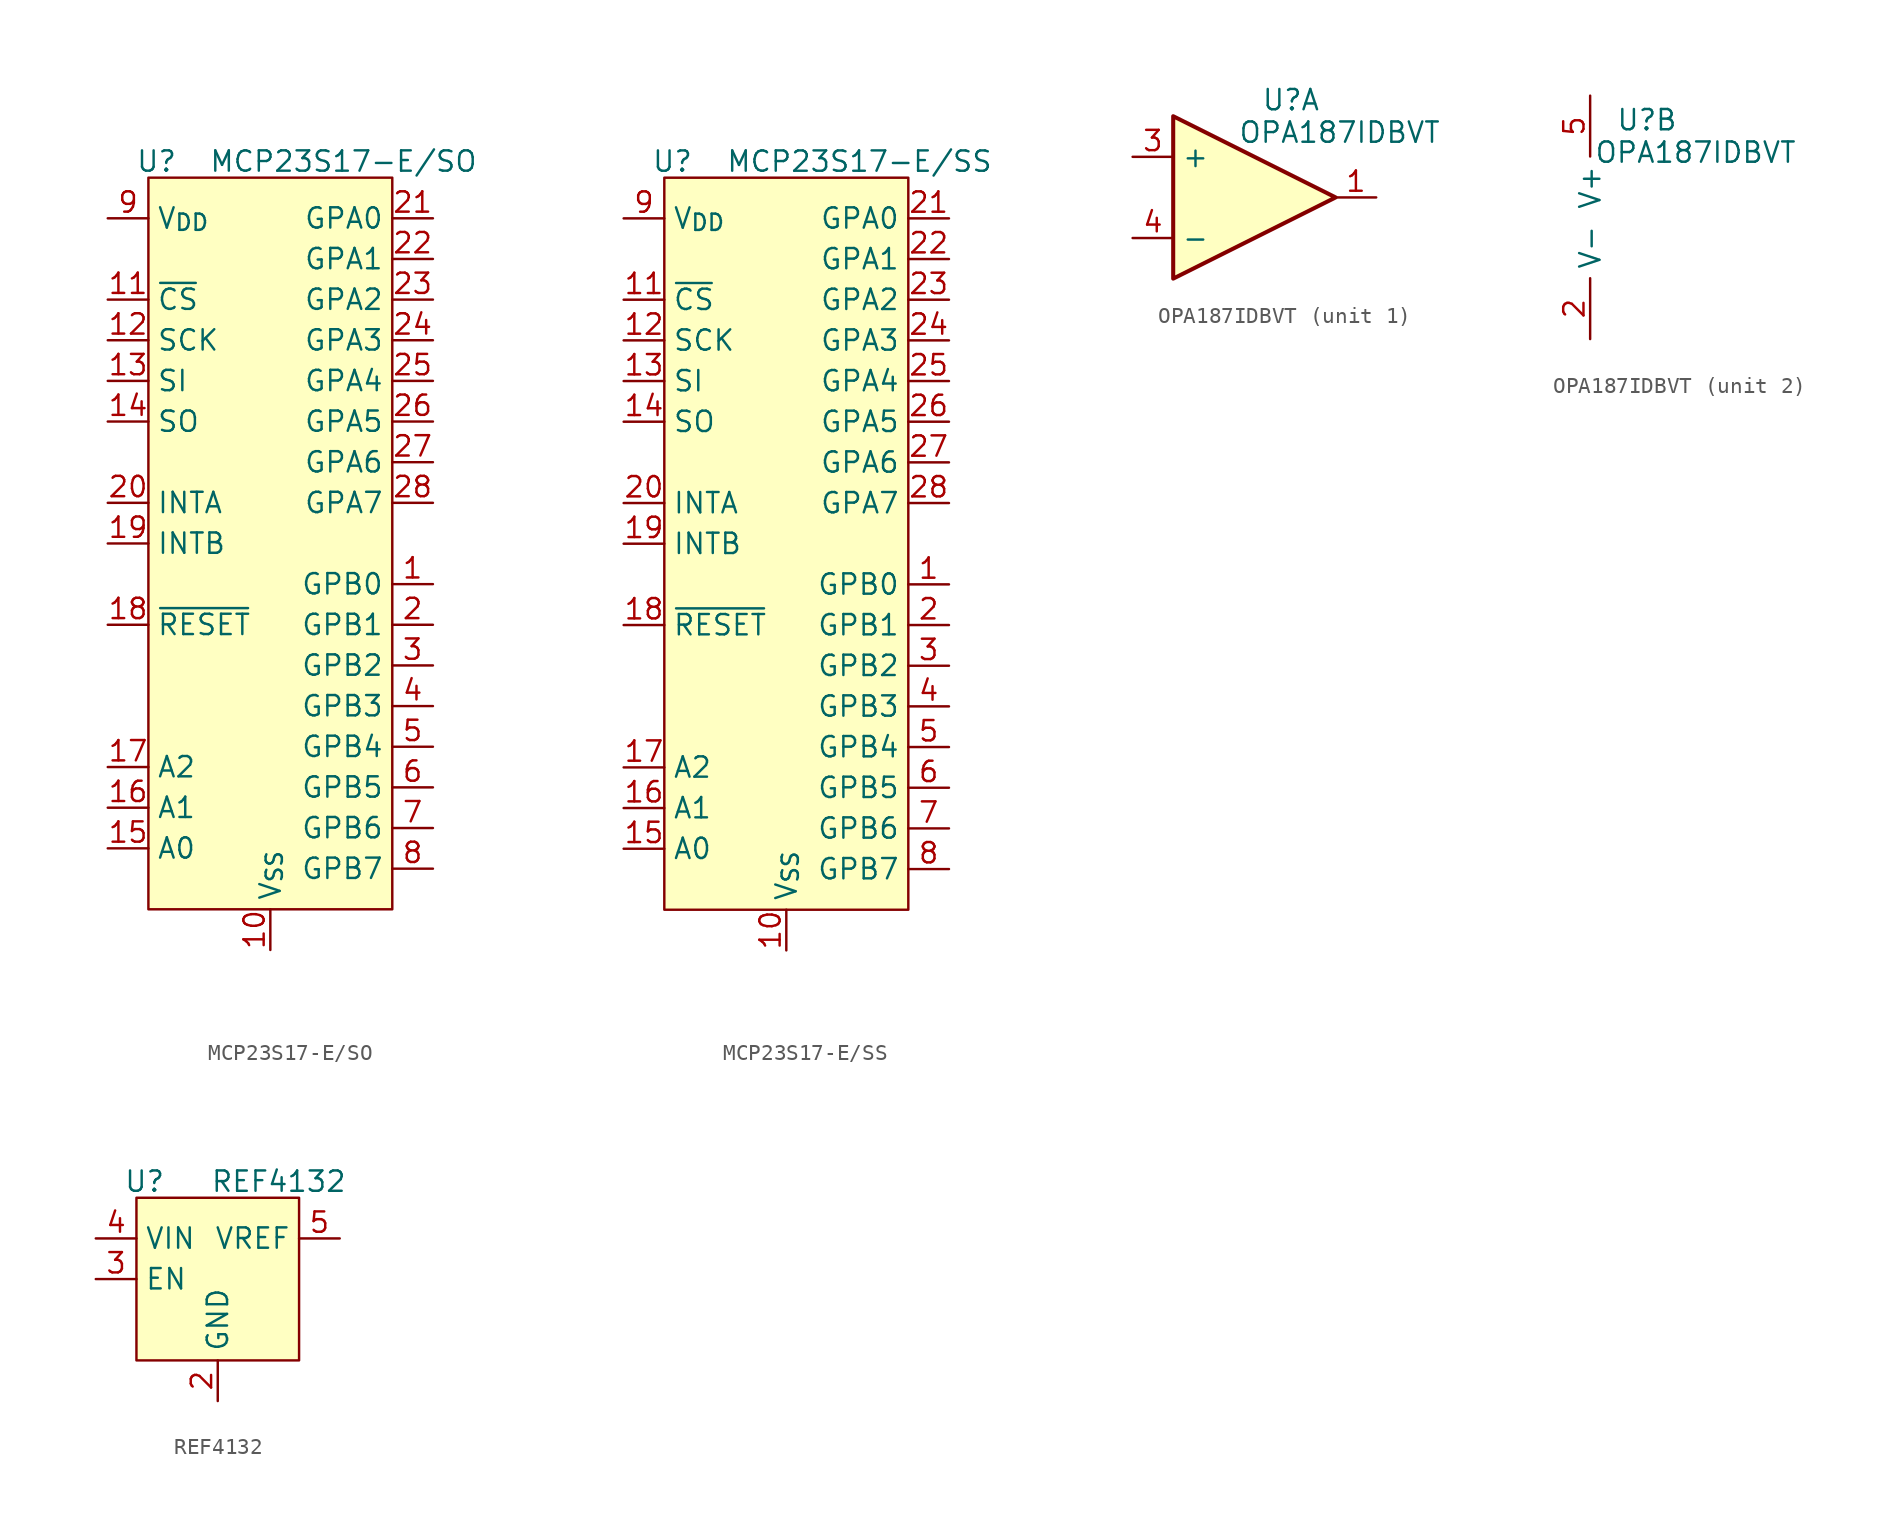
<source format=kicad_sym>
(kicad_symbol_lib
  (version 20231120)
  (generator "kicad_symbol_editor")
  (generator_version "8.0")
  (symbol "MCP23S17-E/SO"
    (property "Reference" "U"
      (at -7.112 23.876 0)
      (effects (font (size 1.27 1.27))))
    (property "Value" "MCP23S17-E/SO"
      (at 4.572 23.876 0)
      (effects (font (size 1.27 1.27))))
    (symbol "MCP23S17-E/SO_1_1"
      (rectangle (start -7.62 22.86) (end 7.62 -22.86) (stroke (width 0) (type default)) (fill (type background)))
      (pin input line (at 10.16 -2.54 180) (length 2.54) (name "GPB0" (effects (font (size 1.27 1.27)))) (number "1" (effects (font (size 1.27 1.27)))))
      (pin input line (at 0 -25.4 90) (length 2.54) (name "V_{SS}" (effects (font (size 1.27 1.27)))) (number "10" (effects (font (size 1.27 1.27)))))
      (pin input line (at -10.16 15.24 0) (length 2.54) (name "~{CS}" (effects (font (size 1.27 1.27)))) (number "11" (effects (font (size 1.27 1.27)))))
      (pin input line (at -10.16 12.7 0) (length 2.54) (name "SCK" (effects (font (size 1.27 1.27)))) (number "12" (effects (font (size 1.27 1.27)))))
      (pin input line (at -10.16 10.16 0) (length 2.54) (name "SI" (effects (font (size 1.27 1.27)))) (number "13" (effects (font (size 1.27 1.27)))))
      (pin input line (at -10.16 7.62 0) (length 2.54) (name "SO" (effects (font (size 1.27 1.27)))) (number "14" (effects (font (size 1.27 1.27)))))
      (pin input line (at -10.16 -19.05 0) (length 2.54) (name "A0" (effects (font (size 1.27 1.27)))) (number "15" (effects (font (size 1.27 1.27)))))
      (pin input line (at -10.16 -16.51 0) (length 2.54) (name "A1" (effects (font (size 1.27 1.27)))) (number "16" (effects (font (size 1.27 1.27)))))
      (pin input line (at -10.16 -13.97 0) (length 2.54) (name "A2" (effects (font (size 1.27 1.27)))) (number "17" (effects (font (size 1.27 1.27)))))
      (pin input line (at -10.16 -5.08 0) (length 2.54) (name "~{RESET}" (effects (font (size 1.27 1.27)))) (number "18" (effects (font (size 1.27 1.27)))))
      (pin input line (at -10.16 0 0) (length 2.54) (name "INTB" (effects (font (size 1.27 1.27)))) (number "19" (effects (font (size 1.27 1.27)))))
      (pin input line (at 10.16 -5.08 180) (length 2.54) (name "GPB1" (effects (font (size 1.27 1.27)))) (number "2" (effects (font (size 1.27 1.27)))))
      (pin input line (at -10.16 2.54 0) (length 2.54) (name "INTA" (effects (font (size 1.27 1.27)))) (number "20" (effects (font (size 1.27 1.27)))))
      (pin input line (at 10.16 20.32 180) (length 2.54) (name "GPA0" (effects (font (size 1.27 1.27)))) (number "21" (effects (font (size 1.27 1.27)))))
      (pin input line (at 10.16 17.78 180) (length 2.54) (name "GPA1" (effects (font (size 1.27 1.27)))) (number "22" (effects (font (size 1.27 1.27)))))
      (pin input line (at 10.16 15.24 180) (length 2.54) (name "GPA2" (effects (font (size 1.27 1.27)))) (number "23" (effects (font (size 1.27 1.27)))))
      (pin input line (at 10.16 12.7 180) (length 2.54) (name "GPA3" (effects (font (size 1.27 1.27)))) (number "24" (effects (font (size 1.27 1.27)))))
      (pin input line (at 10.16 10.16 180) (length 2.54) (name "GPA4" (effects (font (size 1.27 1.27)))) (number "25" (effects (font (size 1.27 1.27)))))
      (pin input line (at 10.16 7.62 180) (length 2.54) (name "GPA5" (effects (font (size 1.27 1.27)))) (number "26" (effects (font (size 1.27 1.27)))))
      (pin input line (at 10.16 5.08 180) (length 2.54) (name "GPA6" (effects (font (size 1.27 1.27)))) (number "27" (effects (font (size 1.27 1.27)))))
      (pin input line (at 10.16 2.54 180) (length 2.54) (name "GPA7" (effects (font (size 1.27 1.27)))) (number "28" (effects (font (size 1.27 1.27)))))
      (pin input line (at 10.16 -7.62 180) (length 2.54) (name "GPB2" (effects (font (size 1.27 1.27)))) (number "3" (effects (font (size 1.27 1.27)))))
      (pin input line (at 10.16 -10.16 180) (length 2.54) (name "GPB3" (effects (font (size 1.27 1.27)))) (number "4" (effects (font (size 1.27 1.27)))))
      (pin input line (at 10.16 -12.7 180) (length 2.54) (name "GPB4" (effects (font (size 1.27 1.27)))) (number "5" (effects (font (size 1.27 1.27)))))
      (pin input line (at 10.16 -15.24 180) (length 2.54) (name "GPB5" (effects (font (size 1.27 1.27)))) (number "6" (effects (font (size 1.27 1.27)))))
      (pin input line (at 10.16 -17.78 180) (length 2.54) (name "GPB6" (effects (font (size 1.27 1.27)))) (number "7" (effects (font (size 1.27 1.27)))))
      (pin input line (at 10.16 -20.32 180) (length 2.54) (name "GPB7" (effects (font (size 1.27 1.27)))) (number "8" (effects (font (size 1.27 1.27)))))
      (pin input line (at -10.16 20.32 0) (length 2.54) (name "V_{DD}" (effects (font (size 1.27 1.27)))) (number "9" (effects (font (size 1.27 1.27)))))))
  (symbol "MCP23S17-E/SS"
    (property "Reference" "U"
      (at -7.112 23.876 0)
      (effects (font (size 1.27 1.27))))
    (property "Value" "MCP23S17-E/SS"
      (at 4.572 23.876 0)
      (effects (font (size 1.27 1.27))))
    (symbol "MCP23S17-E/SS_1_1"
      (rectangle (start -7.62 22.86) (end 7.62 -22.86) (stroke (width 0) (type default)) (fill (type background)))
      (pin input line (at 10.16 -2.54 180) (length 2.54) (name "GPB0" (effects (font (size 1.27 1.27)))) (number "1" (effects (font (size 1.27 1.27)))))
      (pin input line (at 0 -25.4 90) (length 2.54) (name "V_{SS}" (effects (font (size 1.27 1.27)))) (number "10" (effects (font (size 1.27 1.27)))))
      (pin input line (at -10.16 15.24 0) (length 2.54) (name "~{CS}" (effects (font (size 1.27 1.27)))) (number "11" (effects (font (size 1.27 1.27)))))
      (pin input line (at -10.16 12.7 0) (length 2.54) (name "SCK" (effects (font (size 1.27 1.27)))) (number "12" (effects (font (size 1.27 1.27)))))
      (pin input line (at -10.16 10.16 0) (length 2.54) (name "SI" (effects (font (size 1.27 1.27)))) (number "13" (effects (font (size 1.27 1.27)))))
      (pin input line (at -10.16 7.62 0) (length 2.54) (name "SO" (effects (font (size 1.27 1.27)))) (number "14" (effects (font (size 1.27 1.27)))))
      (pin input line (at -10.16 -19.05 0) (length 2.54) (name "A0" (effects (font (size 1.27 1.27)))) (number "15" (effects (font (size 1.27 1.27)))))
      (pin input line (at -10.16 -16.51 0) (length 2.54) (name "A1" (effects (font (size 1.27 1.27)))) (number "16" (effects (font (size 1.27 1.27)))))
      (pin input line (at -10.16 -13.97 0) (length 2.54) (name "A2" (effects (font (size 1.27 1.27)))) (number "17" (effects (font (size 1.27 1.27)))))
      (pin input line (at -10.16 -5.08 0) (length 2.54) (name "~{RESET}" (effects (font (size 1.27 1.27)))) (number "18" (effects (font (size 1.27 1.27)))))
      (pin input line (at -10.16 0 0) (length 2.54) (name "INTB" (effects (font (size 1.27 1.27)))) (number "19" (effects (font (size 1.27 1.27)))))
      (pin input line (at 10.16 -5.08 180) (length 2.54) (name "GPB1" (effects (font (size 1.27 1.27)))) (number "2" (effects (font (size 1.27 1.27)))))
      (pin input line (at -10.16 2.54 0) (length 2.54) (name "INTA" (effects (font (size 1.27 1.27)))) (number "20" (effects (font (size 1.27 1.27)))))
      (pin input line (at 10.16 20.32 180) (length 2.54) (name "GPA0" (effects (font (size 1.27 1.27)))) (number "21" (effects (font (size 1.27 1.27)))))
      (pin input line (at 10.16 17.78 180) (length 2.54) (name "GPA1" (effects (font (size 1.27 1.27)))) (number "22" (effects (font (size 1.27 1.27)))))
      (pin input line (at 10.16 15.24 180) (length 2.54) (name "GPA2" (effects (font (size 1.27 1.27)))) (number "23" (effects (font (size 1.27 1.27)))))
      (pin input line (at 10.16 12.7 180) (length 2.54) (name "GPA3" (effects (font (size 1.27 1.27)))) (number "24" (effects (font (size 1.27 1.27)))))
      (pin input line (at 10.16 10.16 180) (length 2.54) (name "GPA4" (effects (font (size 1.27 1.27)))) (number "25" (effects (font (size 1.27 1.27)))))
      (pin input line (at 10.16 7.62 180) (length 2.54) (name "GPA5" (effects (font (size 1.27 1.27)))) (number "26" (effects (font (size 1.27 1.27)))))
      (pin input line (at 10.16 5.08 180) (length 2.54) (name "GPA6" (effects (font (size 1.27 1.27)))) (number "27" (effects (font (size 1.27 1.27)))))
      (pin input line (at 10.16 2.54 180) (length 2.54) (name "GPA7" (effects (font (size 1.27 1.27)))) (number "28" (effects (font (size 1.27 1.27)))))
      (pin input line (at 10.16 -7.62 180) (length 2.54) (name "GPB2" (effects (font (size 1.27 1.27)))) (number "3" (effects (font (size 1.27 1.27)))))
      (pin input line (at 10.16 -10.16 180) (length 2.54) (name "GPB3" (effects (font (size 1.27 1.27)))) (number "4" (effects (font (size 1.27 1.27)))))
      (pin input line (at 10.16 -12.7 180) (length 2.54) (name "GPB4" (effects (font (size 1.27 1.27)))) (number "5" (effects (font (size 1.27 1.27)))))
      (pin input line (at 10.16 -15.24 180) (length 2.54) (name "GPB5" (effects (font (size 1.27 1.27)))) (number "6" (effects (font (size 1.27 1.27)))))
      (pin input line (at 10.16 -17.78 180) (length 2.54) (name "GPB6" (effects (font (size 1.27 1.27)))) (number "7" (effects (font (size 1.27 1.27)))))
      (pin input line (at 10.16 -20.32 180) (length 2.54) (name "GPB7" (effects (font (size 1.27 1.27)))) (number "8" (effects (font (size 1.27 1.27)))))
      (pin input line (at -10.16 20.32 0) (length 2.54) (name "V_{DD}" (effects (font (size 1.27 1.27)))) (number "9" (effects (font (size 1.27 1.27)))))))
  (symbol "OPA187IDBVT"
    (property "Reference" "U"
      (at 3.556 6.096 0)
      (effects (font (size 1.27 1.27))))
    (property "Value" "OPA187IDBVT"
      (at 6.604 4.064 0)
      (effects (font (size 1.27 1.27))))
    (symbol "OPA187IDBVT_1_1"
      (polyline (pts (xy -3.81 5.08) (xy 6.35 0) (xy -3.81 -5.08) (xy -3.81 5.08)) (stroke (width 0.254) (type default)) (fill (type background)))
      (pin output line (at 8.89 0 180) (length 2.54) (name "~" (effects (font (size 1.27 1.27)))) (number "1" (effects (font (size 1.27 1.27)))))
      (pin input line (at -6.35 2.54 0) (length 2.54) (name "+" (effects (font (size 1.27 1.27)))) (number "3" (effects (font (size 1.27 1.27)))))
      (pin input line (at -6.35 -2.54 0) (length 2.54) (name "-" (effects (font (size 1.27 1.27)))) (number "4" (effects (font (size 1.27 1.27))))))
    (symbol "OPA187IDBVT_2_1"
      (pin power_in line (at 0 -7.62 90) (length 3.81) (name "V-" (effects (font (size 1.27 1.27)))) (number "2" (effects (font (size 1.27 1.27)))))
      (pin power_in line (at 0 7.62 270) (length 3.81) (name "V+" (effects (font (size 1.27 1.27)))) (number "5" (effects (font (size 1.27 1.27)))))))
  (symbol "REF4132"
    (property "Reference" "U"
      (at -4.572 6.096 0)
      (effects (font (size 1.27 1.27))))
    (property "Value" "REF4132"
      (at 3.81 6.096 0)
      (effects (font (size 1.27 1.27))))
    (symbol "REF4132_1_1"
      (rectangle (start -5.08 5.08) (end 5.08 -5.08) (stroke (width 0) (type default)) (fill (type background)))
      (pin no_connect line (at 5.08 -7.62 0) (length 2.54) hide (name "NC" (effects (font (size 1.27 1.27)))) (number "1" (effects (font (size 1.27 1.27)))))
      (pin input line (at 0 -7.62 90) (length 2.54) (name "GND" (effects (font (size 1.27 1.27)))) (number "2" (effects (font (size 1.27 1.27)))))
      (pin input line (at -7.62 0 0) (length 2.54) (name "EN" (effects (font (size 1.27 1.27)))) (number "3" (effects (font (size 1.27 1.27)))))
      (pin input line (at -7.62 2.54 0) (length 2.54) (name "VIN" (effects (font (size 1.27 1.27)))) (number "4" (effects (font (size 1.27 1.27)))))
      (pin input line (at 7.62 2.54 180) (length 2.54) (name "VREF" (effects (font (size 1.27 1.27)))) (number "5" (effects (font (size 1.27 1.27))))))))
</source>
